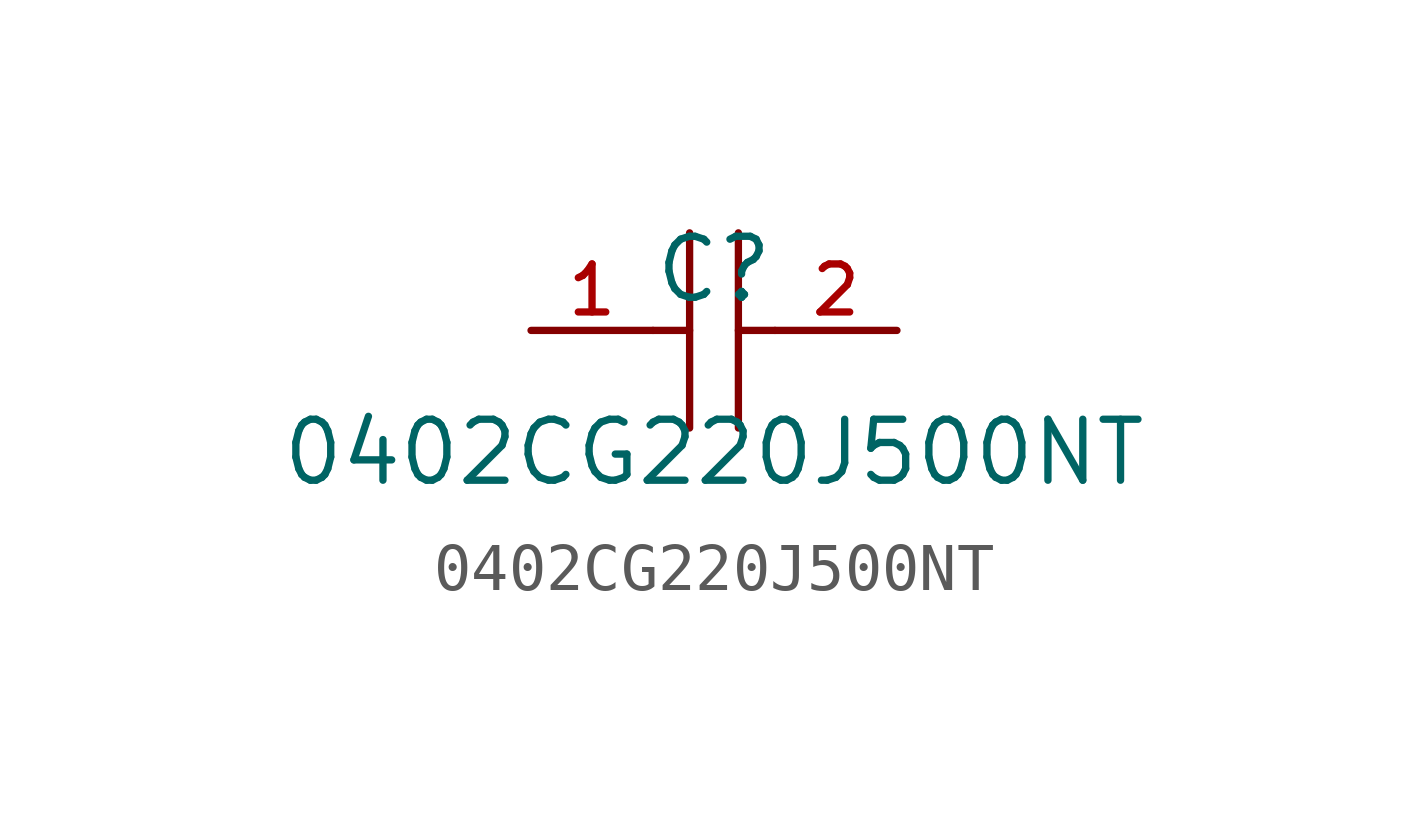
<source format=kicad_sym>
(kicad_symbol_lib
  (version 20220914)
  (generator kicad_symbol_editor)
  (symbol "0402CG220J500NT"
    (pin_names hide)
    (property "Reference" "C"
      (at 0 1.27 0)
      (effects (font (size 1.27 1.27))))
    (property "Value" "0402CG220J500NT"
      (at 0 -2.54 0)
      (effects (font (size 1.27 1.27))))
    (symbol "0402CG220J500NT_0_1"
      (polyline (pts (xy -1.27 0) (xy -0.508 0)) (stroke (width 0) (type default)) (fill (type none)))
      (polyline (pts (xy -0.508 2.032) (xy -0.508 -2.032)) (stroke (width 0) (type default)) (fill (type none)))
      (polyline (pts (xy 0.508 0) (xy 1.27 0)) (stroke (width 0) (type default)) (fill (type none)))
      (polyline (pts (xy 0.508 2.032) (xy 0.508 -2.032)) (stroke (width 0) (type default)) (fill (type none))))
    (symbol "0402CG220J500NT_1_1"
      (pin passive line (at -3.81 0 0) (length 2.54) (name "1" (effects (font (size 1 1)))) (number "1" (effects (font (size 1 1)))))
      (pin passive line (at 3.81 0 180) (length 2.54) (name "2" (effects (font (size 1 1)))) (number "2" (effects (font (size 1 1))))))))
</source>
